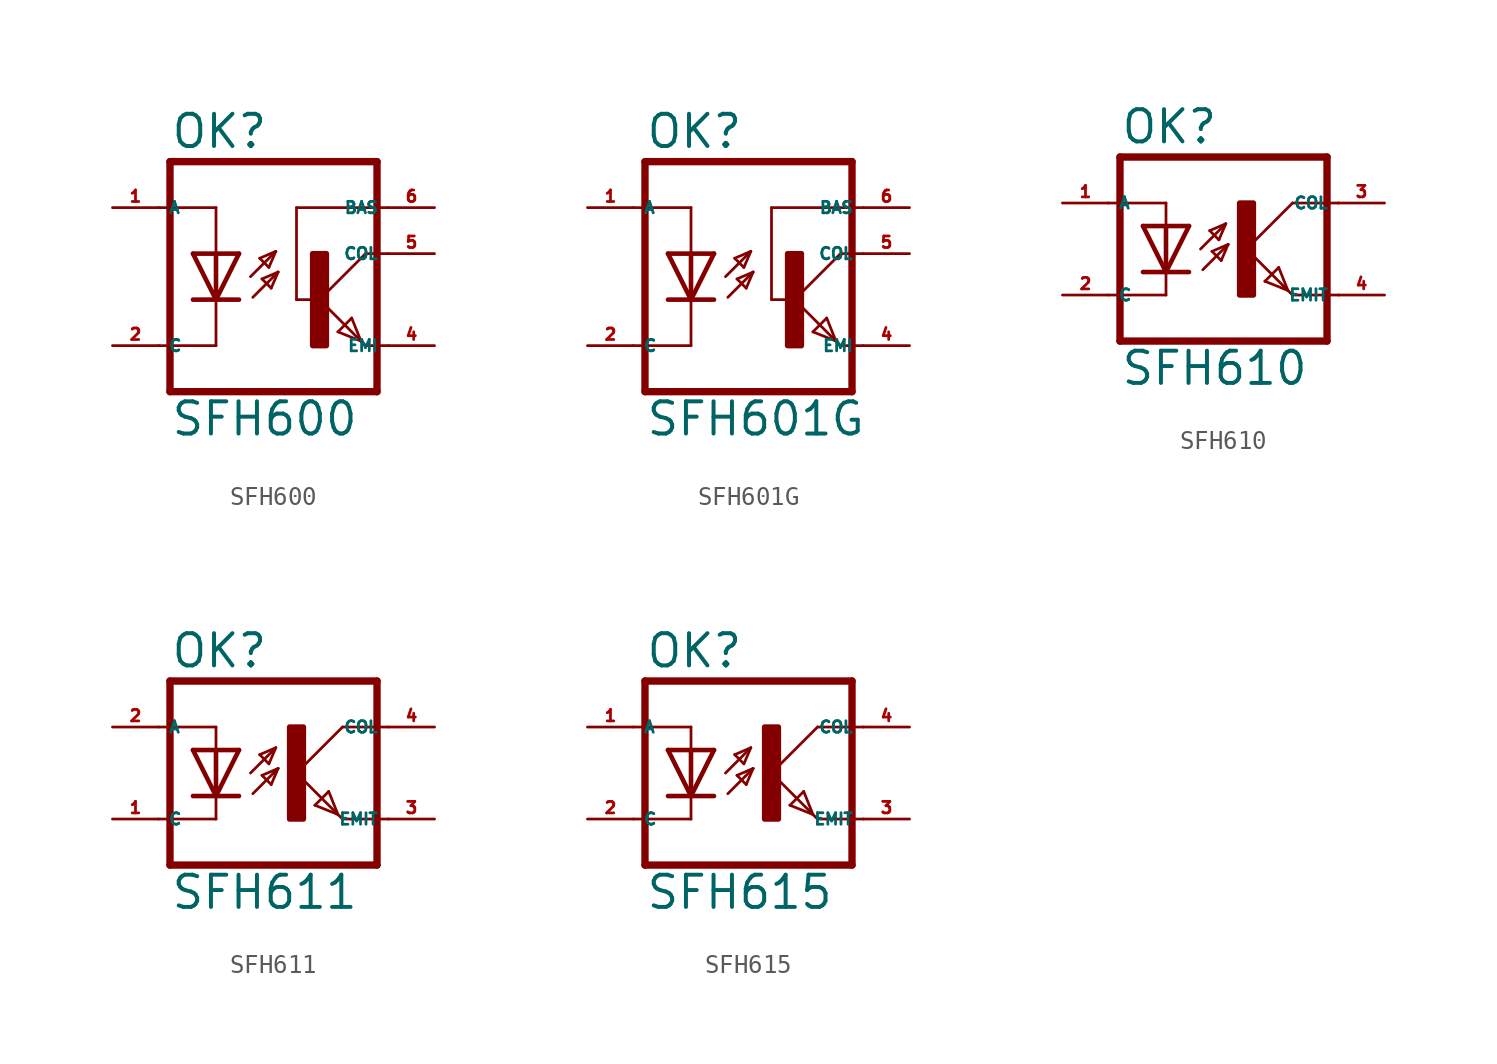
<source format=kicad_sym>
(kicad_symbol_lib
  (version 20220914)
  (generator kicad_symbol_editor)
  (symbol "SFH600"
    (property "Reference" "OK"
      (at -6.985 5.715 0)
      (effects (font (size 1.778 1.778) (thickness 0.22)) (justify left bottom)))
    (property "Value" "SFH600"
      (at -6.985 -10.16 0)
      (effects (font (size 1.778 1.778) (thickness 0.22)) (justify left bottom)))
    (symbol "SFH600_1_1"
      (polyline (pts (xy -7.62 2.54) (xy -4.445 2.54)) (stroke (width 0.152) (type default)) (fill (type none)))
      (polyline (pts (xy -6.985 -7.62) (xy 4.445 -7.62)) (stroke (width 0.406) (type default)) (fill (type none)))
      (polyline (pts (xy -6.985 5.08) (xy -6.985 -7.62)) (stroke (width 0.406) (type default)) (fill (type none)))
      (polyline (pts (xy -6.985 5.08) (xy 4.445 5.08)) (stroke (width 0.406) (type default)) (fill (type none)))
      (polyline (pts (xy -4.445 -5.08) (xy -7.62 -5.08)) (stroke (width 0.152) (type default)) (fill (type none)))
      (polyline (pts (xy -4.445 -2.54) (xy -5.715 -2.54)) (stroke (width 0.254) (type default)) (fill (type none)))
      (polyline (pts (xy -4.445 -2.54) (xy -5.715 0)) (stroke (width 0.254) (type default)) (fill (type none)))
      (polyline (pts (xy -4.445 -2.54) (xy -4.445 -5.08)) (stroke (width 0.152) (type default)) (fill (type none)))
      (polyline (pts (xy -4.445 0) (xy -5.715 0)) (stroke (width 0.254) (type default)) (fill (type none)))
      (polyline (pts (xy -4.445 0) (xy -4.445 -2.54)) (stroke (width 0.254) (type default)) (fill (type none)))
      (polyline (pts (xy -4.445 2.54) (xy -4.445 0)) (stroke (width 0.152) (type default)) (fill (type none)))
      (polyline (pts (xy -3.175 -2.54) (xy -4.445 -2.54)) (stroke (width 0.254) (type default)) (fill (type none)))
      (polyline (pts (xy -3.175 0) (xy -4.445 -2.54)) (stroke (width 0.254) (type default)) (fill (type none)))
      (polyline (pts (xy -3.175 0) (xy -4.445 0)) (stroke (width 0.254) (type default)) (fill (type none)))
      (polyline (pts (xy -2.54 -1.27) (xy -1.143 0.127)) (stroke (width 0.152) (type default)) (fill (type none)))
      (polyline (pts (xy -2.413 -2.413) (xy -1.016 -1.016)) (stroke (width 0.152) (type default)) (fill (type none)))
      (polyline (pts (xy -2.032 -0.254) (xy -1.524 -0.762)) (stroke (width 0.152) (type default)) (fill (type none)))
      (polyline (pts (xy -1.905 -1.397) (xy -1.397 -1.905)) (stroke (width 0.152) (type default)) (fill (type none)))
      (polyline (pts (xy -1.524 -0.762) (xy -1.143 0.127)) (stroke (width 0.152) (type default)) (fill (type none)))
      (polyline (pts (xy -1.397 -1.905) (xy -1.016 -1.016)) (stroke (width 0.152) (type default)) (fill (type none)))
      (polyline (pts (xy -1.143 0.127) (xy -2.032 -0.254)) (stroke (width 0.152) (type default)) (fill (type none)))
      (polyline (pts (xy -1.016 -1.016) (xy -1.905 -1.397)) (stroke (width 0.152) (type default)) (fill (type none)))
      (polyline (pts (xy 0 -2.54) (xy 0 2.54)) (stroke (width 0.152) (type default)) (fill (type none)))
      (polyline (pts (xy 0 -2.54) (xy 1.016 -2.54)) (stroke (width 0.152) (type default)) (fill (type none)))
      (polyline (pts (xy 0 2.54) (xy 5.08 2.54)) (stroke (width 0.152) (type default)) (fill (type none)))
      (polyline (pts (xy 1.27 -2.54) (xy 3.556 -4.826)) (stroke (width 0.152) (type default)) (fill (type none)))
      (polyline (pts (xy 2.286 -4.318) (xy 3.048 -3.556)) (stroke (width 0.152) (type default)) (fill (type none)))
      (polyline (pts (xy 3.048 -3.556) (xy 3.556 -4.826)) (stroke (width 0.152) (type default)) (fill (type none)))
      (polyline (pts (xy 3.556 -4.826) (xy 2.286 -4.318)) (stroke (width 0.152) (type default)) (fill (type none)))
      (polyline (pts (xy 3.556 -4.826) (xy 3.81 -5.08)) (stroke (width 0.152) (type default)) (fill (type none)))
      (polyline (pts (xy 3.81 -5.08) (xy 5.08 -5.08)) (stroke (width 0.152) (type default)) (fill (type none)))
      (polyline (pts (xy 3.81 0) (xy 1.27 -2.54)) (stroke (width 0.152) (type default)) (fill (type none)))
      (polyline (pts (xy 3.81 0) (xy 5.08 0)) (stroke (width 0.152) (type default)) (fill (type none)))
      (polyline (pts (xy 4.445 5.08) (xy 4.445 -7.62)) (stroke (width 0.406) (type default)) (fill (type none)))
      (rectangle (start 0.889 -5.08) (end 1.651 0) (stroke (width 0.3) (type default)) (fill (type outline)))
      (pin passive line (at -10.16 2.54 0) (length 2.54) (name "A" (effects (font (size 0.635 0.635)))) (number "1" (effects (font (size 0.635 0.635)))))
      (pin passive line (at -10.16 -5.08 0) (length 2.54) (name "C" (effects (font (size 0.635 0.635)))) (number "2" (effects (font (size 0.635 0.635)))))
      (pin passive line (at 7.62 -5.08 180) (length 2.54) (name "EMI" (effects (font (size 0.635 0.635)))) (number "4" (effects (font (size 0.635 0.635)))))
      (pin passive line (at 7.62 0 180) (length 2.54) (name "COL" (effects (font (size 0.635 0.635)))) (number "5" (effects (font (size 0.635 0.635)))))
      (pin passive line (at 7.62 2.54 180) (length 2.54) (name "BAS" (effects (font (size 0.635 0.635)))) (number "6" (effects (font (size 0.635 0.635)))))))
  (symbol "SFH601G"
    (property "Reference" "OK"
      (at -6.985 5.715 0)
      (effects (font (size 1.778 1.778) (thickness 0.22)) (justify left bottom)))
    (property "Value" "SFH601G"
      (at -6.985 -10.16 0)
      (effects (font (size 1.778 1.778) (thickness 0.22)) (justify left bottom)))
    (symbol "SFH601G_1_1"
      (polyline (pts (xy -7.62 2.54) (xy -4.445 2.54)) (stroke (width 0.152) (type default)) (fill (type none)))
      (polyline (pts (xy -6.985 -7.62) (xy 4.445 -7.62)) (stroke (width 0.406) (type default)) (fill (type none)))
      (polyline (pts (xy -6.985 5.08) (xy -6.985 -7.62)) (stroke (width 0.406) (type default)) (fill (type none)))
      (polyline (pts (xy -6.985 5.08) (xy 4.445 5.08)) (stroke (width 0.406) (type default)) (fill (type none)))
      (polyline (pts (xy -4.445 -5.08) (xy -7.62 -5.08)) (stroke (width 0.152) (type default)) (fill (type none)))
      (polyline (pts (xy -4.445 -2.54) (xy -5.715 -2.54)) (stroke (width 0.254) (type default)) (fill (type none)))
      (polyline (pts (xy -4.445 -2.54) (xy -5.715 0)) (stroke (width 0.254) (type default)) (fill (type none)))
      (polyline (pts (xy -4.445 -2.54) (xy -4.445 -5.08)) (stroke (width 0.152) (type default)) (fill (type none)))
      (polyline (pts (xy -4.445 0) (xy -5.715 0)) (stroke (width 0.254) (type default)) (fill (type none)))
      (polyline (pts (xy -4.445 0) (xy -4.445 -2.54)) (stroke (width 0.254) (type default)) (fill (type none)))
      (polyline (pts (xy -4.445 2.54) (xy -4.445 0)) (stroke (width 0.152) (type default)) (fill (type none)))
      (polyline (pts (xy -3.175 -2.54) (xy -4.445 -2.54)) (stroke (width 0.254) (type default)) (fill (type none)))
      (polyline (pts (xy -3.175 0) (xy -4.445 -2.54)) (stroke (width 0.254) (type default)) (fill (type none)))
      (polyline (pts (xy -3.175 0) (xy -4.445 0)) (stroke (width 0.254) (type default)) (fill (type none)))
      (polyline (pts (xy -2.54 -1.27) (xy -1.143 0.127)) (stroke (width 0.152) (type default)) (fill (type none)))
      (polyline (pts (xy -2.413 -2.413) (xy -1.016 -1.016)) (stroke (width 0.152) (type default)) (fill (type none)))
      (polyline (pts (xy -2.032 -0.254) (xy -1.524 -0.762)) (stroke (width 0.152) (type default)) (fill (type none)))
      (polyline (pts (xy -1.905 -1.397) (xy -1.397 -1.905)) (stroke (width 0.152) (type default)) (fill (type none)))
      (polyline (pts (xy -1.524 -0.762) (xy -1.143 0.127)) (stroke (width 0.152) (type default)) (fill (type none)))
      (polyline (pts (xy -1.397 -1.905) (xy -1.016 -1.016)) (stroke (width 0.152) (type default)) (fill (type none)))
      (polyline (pts (xy -1.143 0.127) (xy -2.032 -0.254)) (stroke (width 0.152) (type default)) (fill (type none)))
      (polyline (pts (xy -1.016 -1.016) (xy -1.905 -1.397)) (stroke (width 0.152) (type default)) (fill (type none)))
      (polyline (pts (xy 0 -2.54) (xy 0 2.54)) (stroke (width 0.152) (type default)) (fill (type none)))
      (polyline (pts (xy 0 -2.54) (xy 1.016 -2.54)) (stroke (width 0.152) (type default)) (fill (type none)))
      (polyline (pts (xy 0 2.54) (xy 5.08 2.54)) (stroke (width 0.152) (type default)) (fill (type none)))
      (polyline (pts (xy 1.27 -2.54) (xy 3.556 -4.826)) (stroke (width 0.152) (type default)) (fill (type none)))
      (polyline (pts (xy 2.286 -4.318) (xy 3.048 -3.556)) (stroke (width 0.152) (type default)) (fill (type none)))
      (polyline (pts (xy 3.048 -3.556) (xy 3.556 -4.826)) (stroke (width 0.152) (type default)) (fill (type none)))
      (polyline (pts (xy 3.556 -4.826) (xy 2.286 -4.318)) (stroke (width 0.152) (type default)) (fill (type none)))
      (polyline (pts (xy 3.556 -4.826) (xy 3.81 -5.08)) (stroke (width 0.152) (type default)) (fill (type none)))
      (polyline (pts (xy 3.81 -5.08) (xy 5.08 -5.08)) (stroke (width 0.152) (type default)) (fill (type none)))
      (polyline (pts (xy 3.81 0) (xy 1.27 -2.54)) (stroke (width 0.152) (type default)) (fill (type none)))
      (polyline (pts (xy 3.81 0) (xy 5.08 0)) (stroke (width 0.152) (type default)) (fill (type none)))
      (polyline (pts (xy 4.445 5.08) (xy 4.445 -7.62)) (stroke (width 0.406) (type default)) (fill (type none)))
      (rectangle (start 0.889 -5.08) (end 1.651 0) (stroke (width 0.3) (type default)) (fill (type outline)))
      (pin passive line (at -10.16 2.54 0) (length 2.54) (name "A" (effects (font (size 0.635 0.635)))) (number "1" (effects (font (size 0.635 0.635)))))
      (pin passive line (at -10.16 -5.08 0) (length 2.54) (name "C" (effects (font (size 0.635 0.635)))) (number "2" (effects (font (size 0.635 0.635)))))
      (pin passive line (at 7.62 -5.08 180) (length 2.54) (name "EMI" (effects (font (size 0.635 0.635)))) (number "4" (effects (font (size 0.635 0.635)))))
      (pin passive line (at 7.62 0 180) (length 2.54) (name "COL" (effects (font (size 0.635 0.635)))) (number "5" (effects (font (size 0.635 0.635)))))
      (pin passive line (at 7.62 2.54 180) (length 2.54) (name "BAS" (effects (font (size 0.635 0.635)))) (number "6" (effects (font (size 0.635 0.635)))))))
  (symbol "SFH610"
    (property "Reference" "OK"
      (at -6.985 5.715 0)
      (effects (font (size 1.778 1.778) (thickness 0.22)) (justify left bottom)))
    (property "Value" "SFH610"
      (at -6.985 -7.62 0)
      (effects (font (size 1.778 1.778) (thickness 0.22)) (justify left bottom)))
    (symbol "SFH610_1_1"
      (rectangle (start -0.381 -2.54) (end 0.381 2.54) (stroke (width 0.3) (type default)) (fill (type outline)))
      (polyline (pts (xy -6.985 -5.08) (xy 4.445 -5.08)) (stroke (width 0.406) (type default)) (fill (type none)))
      (polyline (pts (xy -6.985 5.08) (xy -6.985 -5.08)) (stroke (width 0.406) (type default)) (fill (type none)))
      (polyline (pts (xy -6.985 5.08) (xy 4.445 5.08)) (stroke (width 0.406) (type default)) (fill (type none)))
      (polyline (pts (xy -4.445 -2.54) (xy -7.62 -2.54)) (stroke (width 0.152) (type default)) (fill (type none)))
      (polyline (pts (xy -4.445 -1.27) (xy -5.715 -1.27)) (stroke (width 0.254) (type default)) (fill (type none)))
      (polyline (pts (xy -4.445 -1.27) (xy -5.715 1.27)) (stroke (width 0.254) (type default)) (fill (type none)))
      (polyline (pts (xy -4.445 -1.27) (xy -4.445 -2.54)) (stroke (width 0.152) (type default)) (fill (type none)))
      (polyline (pts (xy -4.445 1.27) (xy -5.715 1.27)) (stroke (width 0.254) (type default)) (fill (type none)))
      (polyline (pts (xy -4.445 1.27) (xy -4.445 -1.27)) (stroke (width 0.254) (type default)) (fill (type none)))
      (polyline (pts (xy -4.445 2.54) (xy -7.62 2.54)) (stroke (width 0.152) (type default)) (fill (type none)))
      (polyline (pts (xy -4.445 2.54) (xy -4.445 1.27)) (stroke (width 0.152) (type default)) (fill (type none)))
      (polyline (pts (xy -3.175 -1.27) (xy -4.445 -1.27)) (stroke (width 0.254) (type default)) (fill (type none)))
      (polyline (pts (xy -3.175 1.27) (xy -4.445 -1.27)) (stroke (width 0.254) (type default)) (fill (type none)))
      (polyline (pts (xy -3.175 1.27) (xy -4.445 1.27)) (stroke (width 0.254) (type default)) (fill (type none)))
      (polyline (pts (xy -2.54 0) (xy -1.143 1.397)) (stroke (width 0.152) (type default)) (fill (type none)))
      (polyline (pts (xy -2.413 -1.143) (xy -1.016 0.254)) (stroke (width 0.152) (type default)) (fill (type none)))
      (polyline (pts (xy -2.032 1.016) (xy -1.524 0.508)) (stroke (width 0.152) (type default)) (fill (type none)))
      (polyline (pts (xy -1.905 -0.127) (xy -1.397 -0.635)) (stroke (width 0.152) (type default)) (fill (type none)))
      (polyline (pts (xy -1.524 0.508) (xy -1.143 1.397)) (stroke (width 0.152) (type default)) (fill (type none)))
      (polyline (pts (xy -1.397 -0.635) (xy -1.016 0.254)) (stroke (width 0.152) (type default)) (fill (type none)))
      (polyline (pts (xy -1.143 1.397) (xy -2.032 1.016)) (stroke (width 0.152) (type default)) (fill (type none)))
      (polyline (pts (xy -1.016 0.254) (xy -1.905 -0.127)) (stroke (width 0.152) (type default)) (fill (type none)))
      (polyline (pts (xy 0 0) (xy 2.286 -2.286)) (stroke (width 0.152) (type default)) (fill (type none)))
      (polyline (pts (xy 1.016 -1.778) (xy 1.778 -1.016)) (stroke (width 0.152) (type default)) (fill (type none)))
      (polyline (pts (xy 1.778 -1.016) (xy 2.286 -2.286)) (stroke (width 0.152) (type default)) (fill (type none)))
      (polyline (pts (xy 2.286 -2.286) (xy 1.016 -1.778)) (stroke (width 0.152) (type default)) (fill (type none)))
      (polyline (pts (xy 2.286 -2.286) (xy 2.54 -2.54)) (stroke (width 0.152) (type default)) (fill (type none)))
      (polyline (pts (xy 2.54 -2.54) (xy 5.08 -2.54)) (stroke (width 0.152) (type default)) (fill (type none)))
      (polyline (pts (xy 2.54 2.54) (xy 0 0)) (stroke (width 0.152) (type default)) (fill (type none)))
      (polyline (pts (xy 2.54 2.54) (xy 5.08 2.54)) (stroke (width 0.152) (type default)) (fill (type none)))
      (polyline (pts (xy 4.445 5.08) (xy 4.445 -5.08)) (stroke (width 0.406) (type default)) (fill (type none)))
      (pin passive line (at -10.16 2.54 0) (length 2.54) (name "A" (effects (font (size 0.635 0.635)))) (number "1" (effects (font (size 0.635 0.635)))))
      (pin passive line (at -10.16 -2.54 0) (length 2.54) (name "C" (effects (font (size 0.635 0.635)))) (number "2" (effects (font (size 0.635 0.635)))))
      (pin passive line (at 7.62 2.54 180) (length 2.54) (name "COL" (effects (font (size 0.635 0.635)))) (number "3" (effects (font (size 0.635 0.635)))))
      (pin passive line (at 7.62 -2.54 180) (length 2.54) (name "EMIT" (effects (font (size 0.635 0.635)))) (number "4" (effects (font (size 0.635 0.635)))))))
  (symbol "SFH611"
    (property "Reference" "OK"
      (at -6.985 5.715 0)
      (effects (font (size 1.778 1.778) (thickness 0.22)) (justify left bottom)))
    (property "Value" "SFH611"
      (at -6.985 -7.62 0)
      (effects (font (size 1.778 1.778) (thickness 0.22)) (justify left bottom)))
    (symbol "SFH611_1_1"
      (rectangle (start -0.381 -2.54) (end 0.381 2.54) (stroke (width 0.3) (type default)) (fill (type outline)))
      (polyline (pts (xy -6.985 -5.08) (xy 4.445 -5.08)) (stroke (width 0.406) (type default)) (fill (type none)))
      (polyline (pts (xy -6.985 5.08) (xy -6.985 -5.08)) (stroke (width 0.406) (type default)) (fill (type none)))
      (polyline (pts (xy -6.985 5.08) (xy 4.445 5.08)) (stroke (width 0.406) (type default)) (fill (type none)))
      (polyline (pts (xy -4.445 -2.54) (xy -7.62 -2.54)) (stroke (width 0.152) (type default)) (fill (type none)))
      (polyline (pts (xy -4.445 -1.27) (xy -5.715 -1.27)) (stroke (width 0.254) (type default)) (fill (type none)))
      (polyline (pts (xy -4.445 -1.27) (xy -5.715 1.27)) (stroke (width 0.254) (type default)) (fill (type none)))
      (polyline (pts (xy -4.445 -1.27) (xy -4.445 -2.54)) (stroke (width 0.152) (type default)) (fill (type none)))
      (polyline (pts (xy -4.445 1.27) (xy -5.715 1.27)) (stroke (width 0.254) (type default)) (fill (type none)))
      (polyline (pts (xy -4.445 1.27) (xy -4.445 -1.27)) (stroke (width 0.254) (type default)) (fill (type none)))
      (polyline (pts (xy -4.445 2.54) (xy -7.62 2.54)) (stroke (width 0.152) (type default)) (fill (type none)))
      (polyline (pts (xy -4.445 2.54) (xy -4.445 1.27)) (stroke (width 0.152) (type default)) (fill (type none)))
      (polyline (pts (xy -3.175 -1.27) (xy -4.445 -1.27)) (stroke (width 0.254) (type default)) (fill (type none)))
      (polyline (pts (xy -3.175 1.27) (xy -4.445 -1.27)) (stroke (width 0.254) (type default)) (fill (type none)))
      (polyline (pts (xy -3.175 1.27) (xy -4.445 1.27)) (stroke (width 0.254) (type default)) (fill (type none)))
      (polyline (pts (xy -2.54 0) (xy -1.143 1.397)) (stroke (width 0.152) (type default)) (fill (type none)))
      (polyline (pts (xy -2.413 -1.143) (xy -1.016 0.254)) (stroke (width 0.152) (type default)) (fill (type none)))
      (polyline (pts (xy -2.032 1.016) (xy -1.524 0.508)) (stroke (width 0.152) (type default)) (fill (type none)))
      (polyline (pts (xy -1.905 -0.127) (xy -1.397 -0.635)) (stroke (width 0.152) (type default)) (fill (type none)))
      (polyline (pts (xy -1.524 0.508) (xy -1.143 1.397)) (stroke (width 0.152) (type default)) (fill (type none)))
      (polyline (pts (xy -1.397 -0.635) (xy -1.016 0.254)) (stroke (width 0.152) (type default)) (fill (type none)))
      (polyline (pts (xy -1.143 1.397) (xy -2.032 1.016)) (stroke (width 0.152) (type default)) (fill (type none)))
      (polyline (pts (xy -1.016 0.254) (xy -1.905 -0.127)) (stroke (width 0.152) (type default)) (fill (type none)))
      (polyline (pts (xy 0 0) (xy 2.286 -2.286)) (stroke (width 0.152) (type default)) (fill (type none)))
      (polyline (pts (xy 1.016 -1.778) (xy 1.778 -1.016)) (stroke (width 0.152) (type default)) (fill (type none)))
      (polyline (pts (xy 1.778 -1.016) (xy 2.286 -2.286)) (stroke (width 0.152) (type default)) (fill (type none)))
      (polyline (pts (xy 2.286 -2.286) (xy 1.016 -1.778)) (stroke (width 0.152) (type default)) (fill (type none)))
      (polyline (pts (xy 2.286 -2.286) (xy 2.54 -2.54)) (stroke (width 0.152) (type default)) (fill (type none)))
      (polyline (pts (xy 2.54 -2.54) (xy 5.08 -2.54)) (stroke (width 0.152) (type default)) (fill (type none)))
      (polyline (pts (xy 2.54 2.54) (xy 0 0)) (stroke (width 0.152) (type default)) (fill (type none)))
      (polyline (pts (xy 2.54 2.54) (xy 5.08 2.54)) (stroke (width 0.152) (type default)) (fill (type none)))
      (polyline (pts (xy 4.445 5.08) (xy 4.445 -5.08)) (stroke (width 0.406) (type default)) (fill (type none)))
      (pin passive line (at -10.16 -2.54 0) (length 2.54) (name "C" (effects (font (size 0.635 0.635)))) (number "1" (effects (font (size 0.635 0.635)))))
      (pin passive line (at -10.16 2.54 0) (length 2.54) (name "A" (effects (font (size 0.635 0.635)))) (number "2" (effects (font (size 0.635 0.635)))))
      (pin passive line (at 7.62 -2.54 180) (length 2.54) (name "EMIT" (effects (font (size 0.635 0.635)))) (number "3" (effects (font (size 0.635 0.635)))))
      (pin passive line (at 7.62 2.54 180) (length 2.54) (name "COL" (effects (font (size 0.635 0.635)))) (number "4" (effects (font (size 0.635 0.635)))))))
  (symbol "SFH615"
    (property "Reference" "OK"
      (at -6.985 5.715 0)
      (effects (font (size 1.778 1.778) (thickness 0.22)) (justify left bottom)))
    (property "Value" "SFH615"
      (at -6.985 -7.62 0)
      (effects (font (size 1.778 1.778) (thickness 0.22)) (justify left bottom)))
    (symbol "SFH615_1_1"
      (rectangle (start -0.381 -2.54) (end 0.381 2.54) (stroke (width 0.3) (type default)) (fill (type outline)))
      (polyline (pts (xy -6.985 -5.08) (xy 4.445 -5.08)) (stroke (width 0.406) (type default)) (fill (type none)))
      (polyline (pts (xy -6.985 5.08) (xy -6.985 -5.08)) (stroke (width 0.406) (type default)) (fill (type none)))
      (polyline (pts (xy -6.985 5.08) (xy 4.445 5.08)) (stroke (width 0.406) (type default)) (fill (type none)))
      (polyline (pts (xy -4.445 -2.54) (xy -7.62 -2.54)) (stroke (width 0.152) (type default)) (fill (type none)))
      (polyline (pts (xy -4.445 -1.27) (xy -5.715 -1.27)) (stroke (width 0.254) (type default)) (fill (type none)))
      (polyline (pts (xy -4.445 -1.27) (xy -5.715 1.27)) (stroke (width 0.254) (type default)) (fill (type none)))
      (polyline (pts (xy -4.445 -1.27) (xy -4.445 -2.54)) (stroke (width 0.152) (type default)) (fill (type none)))
      (polyline (pts (xy -4.445 1.27) (xy -5.715 1.27)) (stroke (width 0.254) (type default)) (fill (type none)))
      (polyline (pts (xy -4.445 1.27) (xy -4.445 -1.27)) (stroke (width 0.254) (type default)) (fill (type none)))
      (polyline (pts (xy -4.445 2.54) (xy -7.62 2.54)) (stroke (width 0.152) (type default)) (fill (type none)))
      (polyline (pts (xy -4.445 2.54) (xy -4.445 1.27)) (stroke (width 0.152) (type default)) (fill (type none)))
      (polyline (pts (xy -3.175 -1.27) (xy -4.445 -1.27)) (stroke (width 0.254) (type default)) (fill (type none)))
      (polyline (pts (xy -3.175 1.27) (xy -4.445 -1.27)) (stroke (width 0.254) (type default)) (fill (type none)))
      (polyline (pts (xy -3.175 1.27) (xy -4.445 1.27)) (stroke (width 0.254) (type default)) (fill (type none)))
      (polyline (pts (xy -2.54 0) (xy -1.143 1.397)) (stroke (width 0.152) (type default)) (fill (type none)))
      (polyline (pts (xy -2.413 -1.143) (xy -1.016 0.254)) (stroke (width 0.152) (type default)) (fill (type none)))
      (polyline (pts (xy -2.032 1.016) (xy -1.524 0.508)) (stroke (width 0.152) (type default)) (fill (type none)))
      (polyline (pts (xy -1.905 -0.127) (xy -1.397 -0.635)) (stroke (width 0.152) (type default)) (fill (type none)))
      (polyline (pts (xy -1.524 0.508) (xy -1.143 1.397)) (stroke (width 0.152) (type default)) (fill (type none)))
      (polyline (pts (xy -1.397 -0.635) (xy -1.016 0.254)) (stroke (width 0.152) (type default)) (fill (type none)))
      (polyline (pts (xy -1.143 1.397) (xy -2.032 1.016)) (stroke (width 0.152) (type default)) (fill (type none)))
      (polyline (pts (xy -1.016 0.254) (xy -1.905 -0.127)) (stroke (width 0.152) (type default)) (fill (type none)))
      (polyline (pts (xy 0 0) (xy 2.286 -2.286)) (stroke (width 0.152) (type default)) (fill (type none)))
      (polyline (pts (xy 1.016 -1.778) (xy 1.778 -1.016)) (stroke (width 0.152) (type default)) (fill (type none)))
      (polyline (pts (xy 1.778 -1.016) (xy 2.286 -2.286)) (stroke (width 0.152) (type default)) (fill (type none)))
      (polyline (pts (xy 2.286 -2.286) (xy 1.016 -1.778)) (stroke (width 0.152) (type default)) (fill (type none)))
      (polyline (pts (xy 2.286 -2.286) (xy 2.54 -2.54)) (stroke (width 0.152) (type default)) (fill (type none)))
      (polyline (pts (xy 2.54 -2.54) (xy 5.08 -2.54)) (stroke (width 0.152) (type default)) (fill (type none)))
      (polyline (pts (xy 2.54 2.54) (xy 0 0)) (stroke (width 0.152) (type default)) (fill (type none)))
      (polyline (pts (xy 2.54 2.54) (xy 5.08 2.54)) (stroke (width 0.152) (type default)) (fill (type none)))
      (polyline (pts (xy 4.445 5.08) (xy 4.445 -5.08)) (stroke (width 0.406) (type default)) (fill (type none)))
      (pin passive line (at -10.16 2.54 0) (length 2.54) (name "A" (effects (font (size 0.635 0.635)))) (number "1" (effects (font (size 0.635 0.635)))))
      (pin passive line (at -10.16 -2.54 0) (length 2.54) (name "C" (effects (font (size 0.635 0.635)))) (number "2" (effects (font (size 0.635 0.635)))))
      (pin passive line (at 7.62 -2.54 180) (length 2.54) (name "EMIT" (effects (font (size 0.635 0.635)))) (number "3" (effects (font (size 0.635 0.635)))))
      (pin passive line (at 7.62 2.54 180) (length 2.54) (name "COL" (effects (font (size 0.635 0.635)))) (number "4" (effects (font (size 0.635 0.635))))))))
</source>
